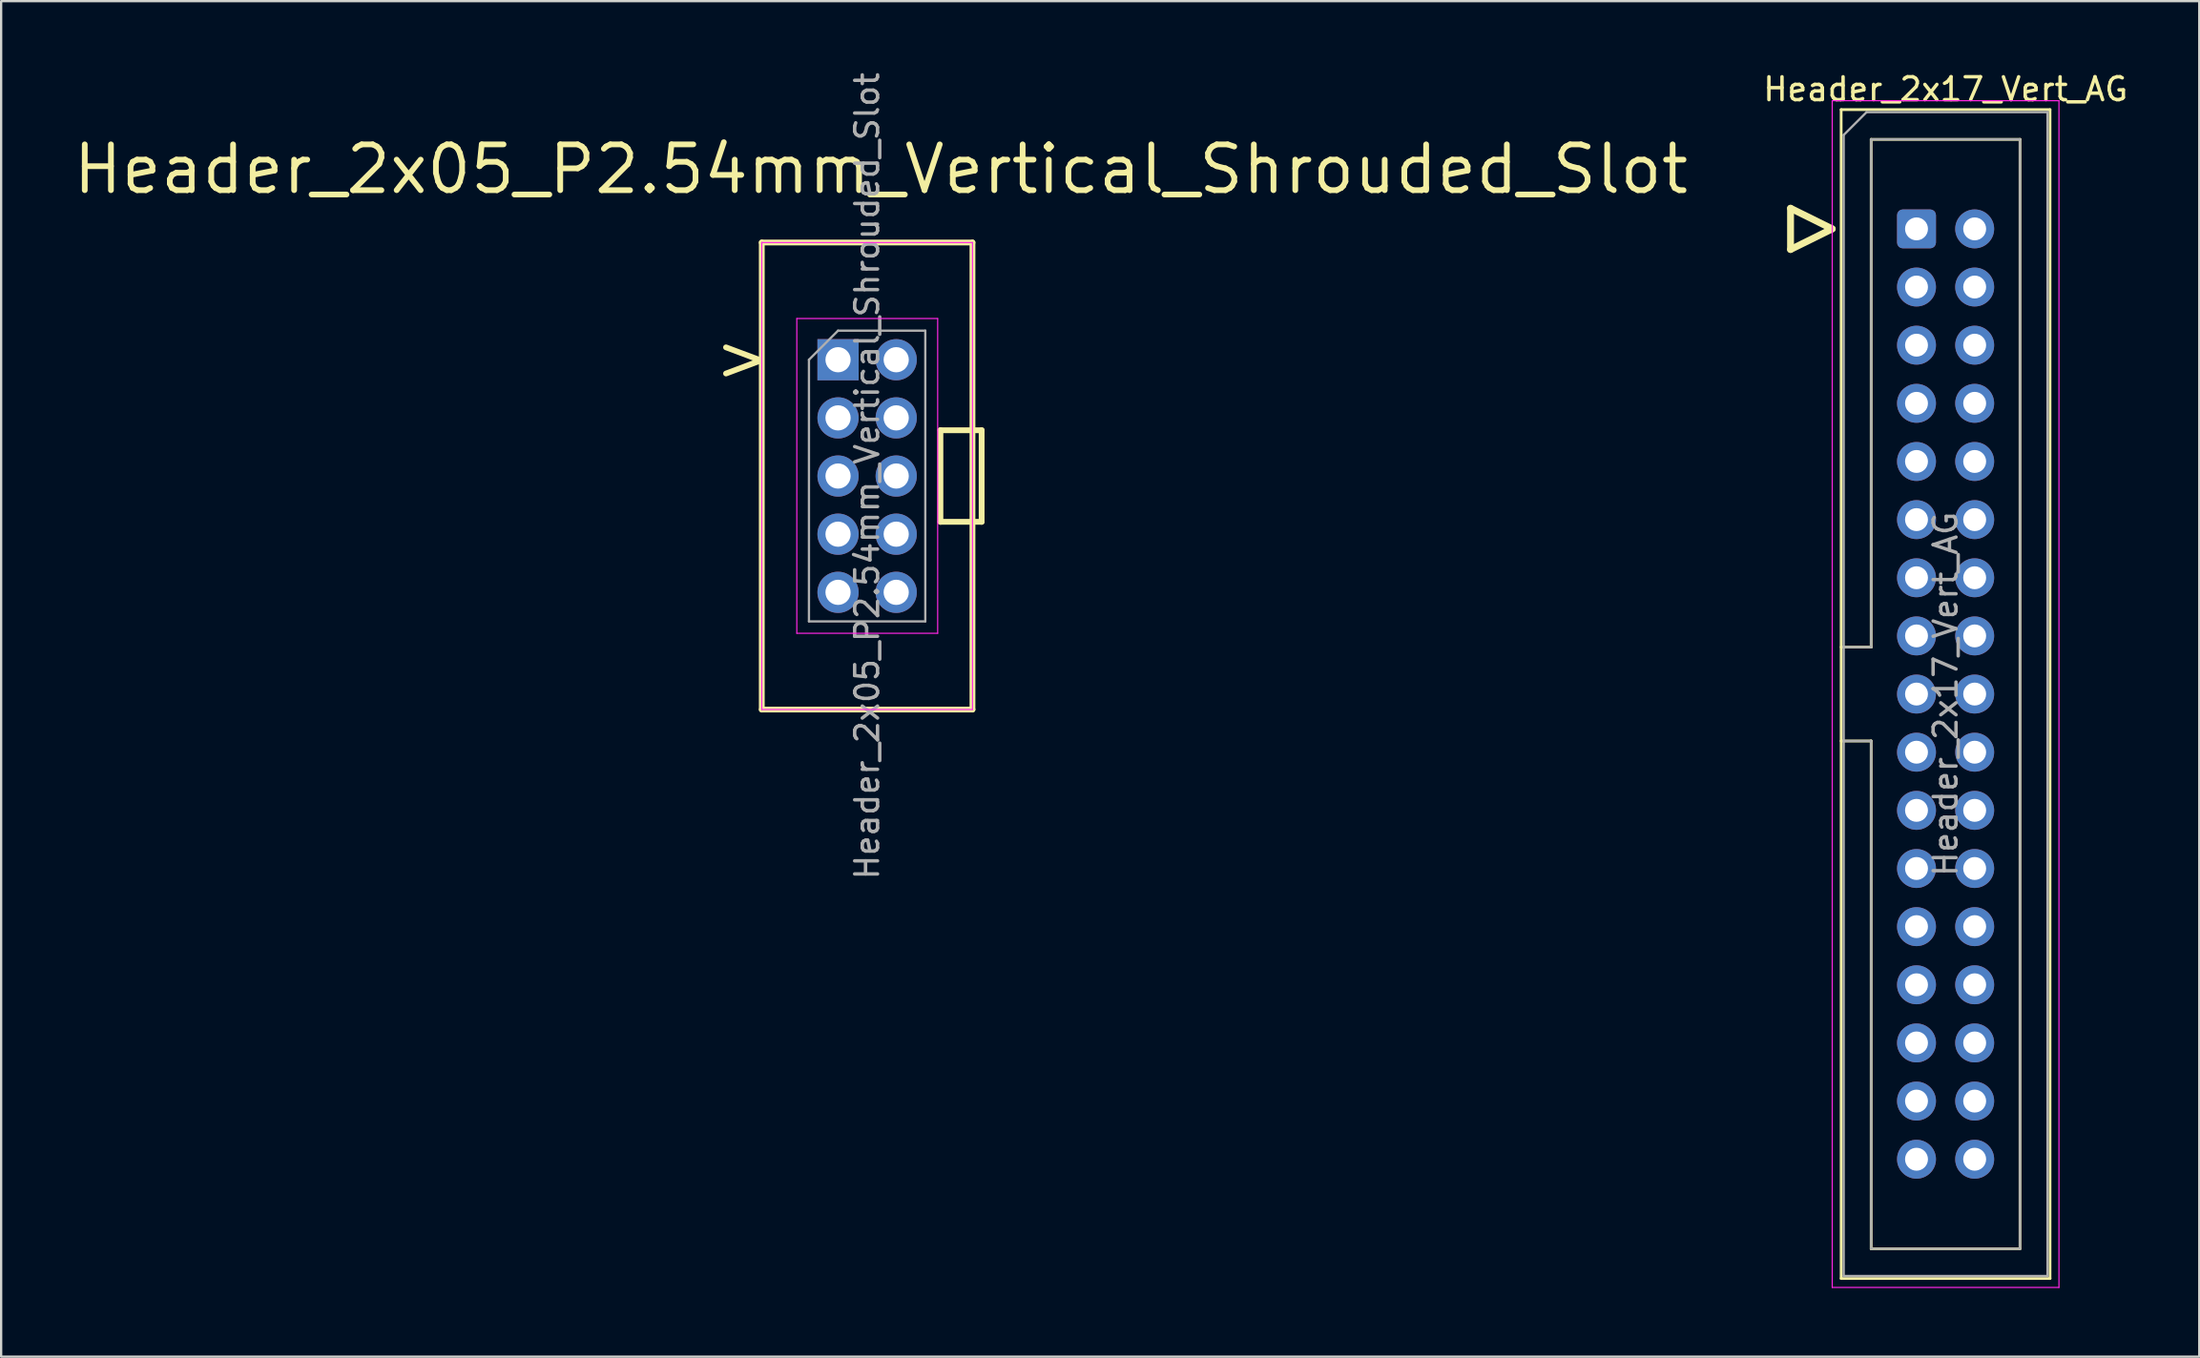
<source format=kicad_pcb>
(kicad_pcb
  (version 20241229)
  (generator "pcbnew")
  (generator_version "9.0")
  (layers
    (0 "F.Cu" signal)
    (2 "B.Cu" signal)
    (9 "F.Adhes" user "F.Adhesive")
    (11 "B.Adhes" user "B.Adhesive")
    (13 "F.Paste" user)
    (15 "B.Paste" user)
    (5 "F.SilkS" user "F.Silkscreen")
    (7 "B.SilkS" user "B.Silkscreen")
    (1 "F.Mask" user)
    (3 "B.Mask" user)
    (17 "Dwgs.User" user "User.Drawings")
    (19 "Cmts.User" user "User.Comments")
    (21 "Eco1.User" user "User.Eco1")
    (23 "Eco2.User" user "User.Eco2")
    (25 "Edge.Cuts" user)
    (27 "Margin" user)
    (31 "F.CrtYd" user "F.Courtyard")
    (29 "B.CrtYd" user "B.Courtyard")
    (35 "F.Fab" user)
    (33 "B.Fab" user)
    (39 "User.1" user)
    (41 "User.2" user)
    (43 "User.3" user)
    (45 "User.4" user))
  (footprint "Header_2x17_Vert_AG"
    (layer "F.Cu")
    (at 80.634 6.948)
    (property "Reference" "Header_2x17_Vert_AG" (at 1.27 -6.1 0) (layer "F.SilkS") (effects (font (size 1 1) (thickness 0.15))))
    (attr through_hole)
    (fp_line (start -5.5 -0.9) (end -5.5 0.9) (stroke (width 0.3) (type solid)) (layer "F.SilkS"))
    (fp_line (start -5.5 0.9) (end -3.68 0) (stroke (width 0.3) (type solid)) (layer "F.SilkS"))
    (fp_line (start -3.68 0) (end -5.5 -0.9) (stroke (width 0.3) (type solid)) (layer "F.SilkS"))
    (fp_line (start -3.29 -5.21) (end 5.83 -5.21) (stroke (width 0.12) (type solid)) (layer "F.SilkS"))
    (fp_line (start -3.29 18.27) (end -1.98 18.27) (stroke (width 0.12) (type solid)) (layer "F.SilkS"))
    (fp_line (start -3.29 45.85) (end -3.29 -5.21) (stroke (width 0.12) (type solid)) (layer "F.SilkS"))
    (fp_line (start -1.98 -3.91) (end 4.52 -3.91) (stroke (width 0.12) (type solid)) (layer "F.SilkS"))
    (fp_line (start -1.98 18.27) (end -1.98 -3.91) (stroke (width 0.12) (type solid)) (layer "F.SilkS"))
    (fp_line (start -1.98 22.37) (end -3.29 22.37) (stroke (width 0.12) (type solid)) (layer "F.SilkS"))
    (fp_line (start -1.98 22.37) (end -1.98 22.37) (stroke (width 0.12) (type solid)) (layer "F.SilkS"))
    (fp_line (start -1.98 44.55) (end -1.98 22.37) (stroke (width 0.12) (type solid)) (layer "F.SilkS"))
    (fp_line (start 4.52 -3.91) (end 4.52 44.55) (stroke (width 0.12) (type solid)) (layer "F.SilkS"))
    (fp_line (start 4.52 44.55) (end -1.98 44.55) (stroke (width 0.12) (type solid)) (layer "F.SilkS"))
    (fp_line (start 5.83 -5.21) (end 5.83 45.85) (stroke (width 0.12) (type solid)) (layer "F.SilkS"))
    (fp_line (start 5.83 45.85) (end -3.29 45.85) (stroke (width 0.12) (type solid)) (layer "F.SilkS"))
    (fp_line (start -3.68 -5.6) (end -3.68 46.24) (stroke (width 0.05) (type solid)) (layer "F.CrtYd"))
    (fp_line (start -3.68 46.24) (end 6.22 46.24) (stroke (width 0.05) (type solid)) (layer "F.CrtYd"))
    (fp_line (start 6.22 -5.6) (end -3.68 -5.6) (stroke (width 0.05) (type solid)) (layer "F.CrtYd"))
    (fp_line (start 6.22 46.24) (end 6.22 -5.6) (stroke (width 0.05) (type solid)) (layer "F.CrtYd"))
    (fp_line (start -3.18 -4.1) (end -2.18 -5.1) (stroke (width 0.1) (type solid)) (layer "F.Fab"))
    (fp_line (start -3.18 18.27) (end -1.98 18.27) (stroke (width 0.1) (type solid)) (layer "F.Fab"))
    (fp_line (start -3.18 45.74) (end -3.18 -4.1) (stroke (width 0.1) (type solid)) (layer "F.Fab"))
    (fp_line (start -2.18 -5.1) (end 5.72 -5.1) (stroke (width 0.1) (type solid)) (layer "F.Fab"))
    (fp_line (start -1.98 -3.91) (end 4.52 -3.91) (stroke (width 0.1) (type solid)) (layer "F.Fab"))
    (fp_line (start -1.98 18.27) (end -1.98 -3.91) (stroke (width 0.1) (type solid)) (layer "F.Fab"))
    (fp_line (start -1.98 22.37) (end -3.18 22.37) (stroke (width 0.1) (type solid)) (layer "F.Fab"))
    (fp_line (start -1.98 22.37) (end -1.98 22.37) (stroke (width 0.1) (type solid)) (layer "F.Fab"))
    (fp_line (start -1.98 44.55) (end -1.98 22.37) (stroke (width 0.1) (type solid)) (layer "F.Fab"))
    (fp_line (start 4.52 -3.91) (end 4.52 44.55) (stroke (width 0.1) (type solid)) (layer "F.Fab"))
    (fp_line (start 4.52 44.55) (end -1.98 44.55) (stroke (width 0.1) (type solid)) (layer "F.Fab"))
    (fp_line (start 5.72 -5.1) (end 5.72 45.74) (stroke (width 0.1) (type solid)) (layer "F.Fab"))
    (fp_line (start 5.72 45.74) (end -3.18 45.74) (stroke (width 0.1) (type solid)) (layer "F.Fab"))
    (fp_text user "${REFERENCE}" (at 1.27 20.32 90) (layer "F.Fab") (effects (font (size 1 1) (thickness 0.15))))
    (pad "1" thru_hole roundrect (at 0 0) (size 1.7 1.7) (drill 1) (layers "*.Cu" "*.Mask") (roundrect_rratio 0.147))
    (pad "2" thru_hole circle (at 2.54 0) (size 1.7 1.7) (drill 1) (layers "*.Cu" "*.Mask"))
    (pad "3" thru_hole circle (at 0 2.54) (size 1.7 1.7) (drill 1) (layers "*.Cu" "*.Mask"))
    (pad "4" thru_hole circle (at 2.54 2.54) (size 1.7 1.7) (drill 1) (layers "*.Cu" "*.Mask"))
    (pad "5" thru_hole circle (at 0 5.08) (size 1.7 1.7) (drill 1) (layers "*.Cu" "*.Mask"))
    (pad "6" thru_hole circle (at 2.54 5.08) (size 1.7 1.7) (drill 1) (layers "*.Cu" "*.Mask"))
    (pad "7" thru_hole circle (at 0 7.62) (size 1.7 1.7) (drill 1) (layers "*.Cu" "*.Mask"))
    (pad "8" thru_hole circle (at 2.54 7.62) (size 1.7 1.7) (drill 1) (layers "*.Cu" "*.Mask"))
    (pad "9" thru_hole circle (at 0 10.16) (size 1.7 1.7) (drill 1) (layers "*.Cu" "*.Mask"))
    (pad "10" thru_hole circle (at 2.54 10.16) (size 1.7 1.7) (drill 1) (layers "*.Cu" "*.Mask"))
    (pad "11" thru_hole circle (at 0 12.7) (size 1.7 1.7) (drill 1) (layers "*.Cu" "*.Mask"))
    (pad "12" thru_hole circle (at 2.54 12.7) (size 1.7 1.7) (drill 1) (layers "*.Cu" "*.Mask"))
    (pad "13" thru_hole circle (at 0 15.24) (size 1.7 1.7) (drill 1) (layers "*.Cu" "*.Mask"))
    (pad "14" thru_hole circle (at 2.54 15.24) (size 1.7 1.7) (drill 1) (layers "*.Cu" "*.Mask"))
    (pad "15" thru_hole circle (at 0 17.78) (size 1.7 1.7) (drill 1) (layers "*.Cu" "*.Mask"))
    (pad "16" thru_hole circle (at 2.54 17.78) (size 1.7 1.7) (drill 1) (layers "*.Cu" "*.Mask"))
    (pad "17" thru_hole circle (at 0 20.32) (size 1.7 1.7) (drill 1) (layers "*.Cu" "*.Mask"))
    (pad "18" thru_hole circle (at 2.54 20.32) (size 1.7 1.7) (drill 1) (layers "*.Cu" "*.Mask"))
    (pad "19" thru_hole circle (at 0 22.86) (size 1.7 1.7) (drill 1) (layers "*.Cu" "*.Mask"))
    (pad "20" thru_hole circle (at 2.54 22.86) (size 1.7 1.7) (drill 1) (layers "*.Cu" "*.Mask"))
    (pad "21" thru_hole circle (at 0 25.4) (size 1.7 1.7) (drill 1) (layers "*.Cu" "*.Mask"))
    (pad "22" thru_hole circle (at 2.54 25.4) (size 1.7 1.7) (drill 1) (layers "*.Cu" "*.Mask"))
    (pad "23" thru_hole circle (at 0 27.94) (size 1.7 1.7) (drill 1) (layers "*.Cu" "*.Mask"))
    (pad "24" thru_hole circle (at 2.54 27.94) (size 1.7 1.7) (drill 1) (layers "*.Cu" "*.Mask"))
    (pad "25" thru_hole circle (at 0 30.48) (size 1.7 1.7) (drill 1) (layers "*.Cu" "*.Mask"))
    (pad "26" thru_hole circle (at 2.54 30.48) (size 1.7 1.7) (drill 1) (layers "*.Cu" "*.Mask"))
    (pad "27" thru_hole circle (at 0 33.02) (size 1.7 1.7) (drill 1) (layers "*.Cu" "*.Mask"))
    (pad "28" thru_hole circle (at 2.54 33.02) (size 1.7 1.7) (drill 1) (layers "*.Cu" "*.Mask"))
    (pad "29" thru_hole circle (at 0 35.56) (size 1.7 1.7) (drill 1) (layers "*.Cu" "*.Mask"))
    (pad "30" thru_hole circle (at 2.54 35.56) (size 1.7 1.7) (drill 1) (layers "*.Cu" "*.Mask"))
    (pad "31" thru_hole circle (at 0 38.1) (size 1.7 1.7) (drill 1) (layers "*.Cu" "*.Mask"))
    (pad "32" thru_hole circle (at 2.54 38.1) (size 1.7 1.7) (drill 1) (layers "*.Cu" "*.Mask"))
    (pad "33" thru_hole circle (at 0 40.64) (size 1.7 1.7) (drill 1) (layers "*.Cu" "*.Mask"))
    (pad "34" thru_hole circle (at 2.54 40.64) (size 1.7 1.7) (drill 1) (layers "*.Cu" "*.Mask")))
  (footprint "Header_2x05_P2.54mm_Vertical_Shrouded_Slot"
    (layer "F.Cu")
    (at 34.813 17.744)
    (property "Reference" "Header_2x05_P2.54mm_Vertical_Shrouded_Slot" (at 0.6 -13.4 0) (layer "F.SilkS") (effects (font (size 2 2) (thickness 0.25))))
    (attr through_hole)
    (fp_line (start -4.6 -10.2) (end 4.6 -10.2) (stroke (width 0.254) (type solid)) (layer "F.SilkS"))
    (fp_line (start -4.6 10.2) (end -4.6 -10.2) (stroke (width 0.254) (type solid)) (layer "F.SilkS"))
    (fp_line (start 3.2 -2) (end 3.2 2) (stroke (width 0.254) (type solid)) (layer "F.SilkS"))
    (fp_line (start 3.2 2) (end 4.6 2) (stroke (width 0.254) (type solid)) (layer "F.SilkS"))
    (fp_line (start 4.6 -10.2) (end 4.6 10.2) (stroke (width 0.254) (type solid)) (layer "F.SilkS"))
    (fp_line (start 4.6 -2) (end 3.2 -2) (stroke (width 0.254) (type solid)) (layer "F.SilkS"))
    (fp_line (start 4.6 -2) (end 5 -2) (stroke (width 0.254) (type solid)) (layer "F.SilkS"))
    (fp_line (start 4.6 10.2) (end -4.6 10.2) (stroke (width 0.254) (type solid)) (layer "F.SilkS"))
    (fp_line (start 5 -2) (end 5 2) (stroke (width 0.254) (type solid)) (layer "F.SilkS"))
    (fp_line (start 5 2) (end 4.6 2) (stroke (width 0.254) (type solid)) (layer "F.SilkS"))
    (fp_line (start -4.6 -10.2) (end 4.6 -10.2) (stroke (width 0.05) (type solid)) (layer "F.CrtYd"))
    (fp_line (start -4.6 10.2) (end -4.6 -10.2) (stroke (width 0.05) (type solid)) (layer "F.CrtYd"))
    (fp_line (start -3.07 -6.88) (end -3.07 6.87) (stroke (width 0.05) (type solid)) (layer "F.CrtYd"))
    (fp_line (start -3.07 6.87) (end 3.08 6.87) (stroke (width 0.05) (type solid)) (layer "F.CrtYd"))
    (fp_line (start 3.08 -6.88) (end -3.07 -6.88) (stroke (width 0.05) (type solid)) (layer "F.CrtYd"))
    (fp_line (start 3.08 6.87) (end 3.08 -6.88) (stroke (width 0.05) (type solid)) (layer "F.CrtYd"))
    (fp_line (start 4.6 -10.2) (end 4.6 10.2) (stroke (width 0.05) (type solid)) (layer "F.CrtYd"))
    (fp_line (start 4.6 10.2) (end -4.6 10.2) (stroke (width 0.05) (type solid)) (layer "F.CrtYd"))
    (fp_line (start -2.54 -5.08) (end -1.27 -6.35) (stroke (width 0.1) (type solid)) (layer "F.Fab"))
    (fp_line (start -2.54 6.35) (end -2.54 -5.08) (stroke (width 0.1) (type solid)) (layer "F.Fab"))
    (fp_line (start -1.27 -6.35) (end 2.54 -6.35) (stroke (width 0.1) (type solid)) (layer "F.Fab"))
    (fp_line (start 2.54 -6.35) (end 2.54 6.35) (stroke (width 0.1) (type solid)) (layer "F.Fab"))
    (fp_line (start 2.54 6.35) (end -2.54 6.35) (stroke (width 0.1) (type solid)) (layer "F.Fab"))
    (fp_text user ">" (at -5.4 -5.2 0) (layer "F.SilkS") (effects (font (size 2 2) (thickness 0.25))))
    (fp_text user "${REFERENCE}" (at 0 0 90) (layer "F.Fab") (effects (font (size 1 1) (thickness 0.15))))
    (pad "1" thru_hole rect (at -1.27 -5.08) (size 1.8 1.8) (drill 1.1) (layers "*.Cu" "*.Mask"))
    (pad "2" thru_hole circle (at 1.27 -5.08) (size 1.8 1.8) (drill 1.1) (layers "*.Cu" "*.Mask"))
    (pad "3" thru_hole circle (at -1.27 -2.54) (size 1.8 1.8) (drill 1.1) (layers "*.Cu" "*.Mask"))
    (pad "4" thru_hole circle (at 1.27 -2.54) (size 1.8 1.8) (drill 1.1) (layers "*.Cu" "*.Mask"))
    (pad "5" thru_hole circle (at -1.27 0) (size 1.8 1.8) (drill 1.1) (layers "*.Cu" "*.Mask"))
    (pad "6" thru_hole circle (at 1.27 0) (size 1.8 1.8) (drill 1.1) (layers "*.Cu" "*.Mask"))
    (pad "7" thru_hole circle (at -1.27 2.54) (size 1.8 1.8) (drill 1.1) (layers "*.Cu" "*.Mask"))
    (pad "8" thru_hole circle (at 1.27 2.54) (size 1.8 1.8) (drill 1.1) (layers "*.Cu" "*.Mask"))
    (pad "9" thru_hole circle (at -1.27 5.08) (size 1.8 1.8) (drill 1.1) (layers "*.Cu" "*.Mask"))
    (pad "10" thru_hole circle (at 1.27 5.08) (size 1.8 1.8) (drill 1.1) (layers "*.Cu" "*.Mask")))
  (gr_rect
    (start -3 -3)
    (end 92.981 56.213)
    (stroke (width 0.1) (type default))
    (fill no)
    (layer "Edge.Cuts")))
</source>
